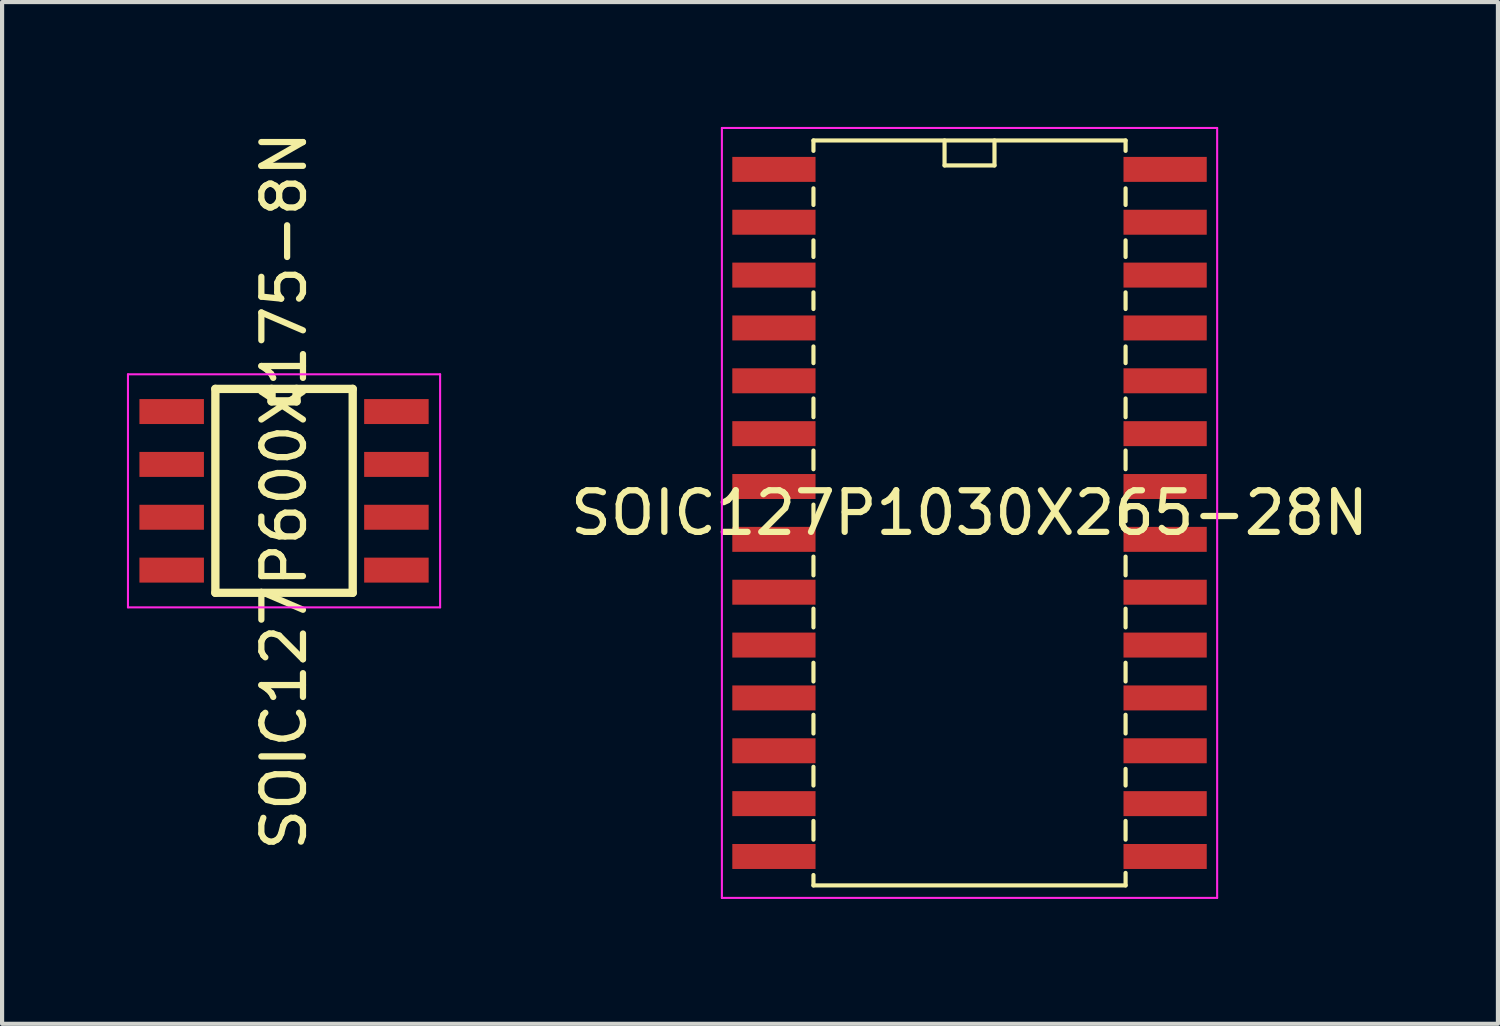
<source format=kicad_pcb>
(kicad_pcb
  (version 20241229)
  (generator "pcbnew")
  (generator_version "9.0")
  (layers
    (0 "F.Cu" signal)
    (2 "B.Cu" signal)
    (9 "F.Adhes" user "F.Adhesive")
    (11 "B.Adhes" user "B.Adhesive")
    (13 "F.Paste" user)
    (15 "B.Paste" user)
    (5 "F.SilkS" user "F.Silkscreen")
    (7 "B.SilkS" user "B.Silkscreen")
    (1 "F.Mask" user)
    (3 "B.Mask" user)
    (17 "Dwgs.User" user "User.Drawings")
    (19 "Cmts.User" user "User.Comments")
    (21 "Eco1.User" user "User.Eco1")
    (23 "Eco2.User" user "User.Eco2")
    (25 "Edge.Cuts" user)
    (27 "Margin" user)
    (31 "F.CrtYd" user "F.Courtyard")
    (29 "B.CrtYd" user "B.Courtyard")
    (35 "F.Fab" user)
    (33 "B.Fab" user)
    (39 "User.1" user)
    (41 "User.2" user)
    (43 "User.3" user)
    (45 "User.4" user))
  (footprint "SOIC127P1030X265-28N"
    (layer "F.Cu")
    (at 20.246 9.275)
    (property "Reference" "SOIC127P1030X265-28N" (at 0 0 0) (layer "F.SilkS") (effects (font (size 1 1) (thickness 0.15))))
    (attr through_hole)
    (fp_line (start -3.75 -8.95) (end 3.75 -8.95) (stroke (width 0.1) (type solid)) (layer "F.SilkS"))
    (fp_line (start -3.75 -8.7) (end -3.75 -8.95) (stroke (width 0.1) (type solid)) (layer "F.SilkS"))
    (fp_line (start -3.75 -7.4) (end -3.75 -7.8) (stroke (width 0.1) (type solid)) (layer "F.SilkS"))
    (fp_line (start -3.75 -6.15) (end -3.75 -6.55) (stroke (width 0.1) (type solid)) (layer "F.SilkS"))
    (fp_line (start -3.75 -4.9) (end -3.75 -5.3) (stroke (width 0.1) (type solid)) (layer "F.SilkS"))
    (fp_line (start -3.75 -3.6) (end -3.75 -4) (stroke (width 0.1) (type solid)) (layer "F.SilkS"))
    (fp_line (start -3.75 -2.3) (end -3.75 -2.75) (stroke (width 0.1) (type solid)) (layer "F.SilkS"))
    (fp_line (start -3.75 -1.05) (end -3.75 -1.5) (stroke (width 0.1) (type solid)) (layer "F.SilkS"))
    (fp_line (start -3.75 0.25) (end -3.75 -0.2) (stroke (width 0.1) (type solid)) (layer "F.SilkS"))
    (fp_line (start -3.75 1.5) (end -3.75 1.05) (stroke (width 0.1) (type solid)) (layer "F.SilkS"))
    (fp_line (start -3.75 2.75) (end -3.75 2.3) (stroke (width 0.1) (type solid)) (layer "F.SilkS"))
    (fp_line (start -3.75 4.05) (end -3.75 3.6) (stroke (width 0.1) (type solid)) (layer "F.SilkS"))
    (fp_line (start -3.75 5.3) (end -3.75 4.85) (stroke (width 0.1) (type solid)) (layer "F.SilkS"))
    (fp_line (start -3.75 6.55) (end -3.75 6.1) (stroke (width 0.1) (type solid)) (layer "F.SilkS"))
    (fp_line (start -3.75 7.85) (end -3.75 7.4) (stroke (width 0.1) (type solid)) (layer "F.SilkS"))
    (fp_line (start -3.75 8.95) (end -3.75 8.7) (stroke (width 0.1) (type solid)) (layer "F.SilkS"))
    (fp_line (start -0.6 -8.95) (end -0.6 -8.35) (stroke (width 0.1) (type solid)) (layer "F.SilkS"))
    (fp_line (start -0.6 -8.35) (end 0.6 -8.35) (stroke (width 0.1) (type solid)) (layer "F.SilkS"))
    (fp_line (start 0.6 -8.35) (end 0.6 -8.95) (stroke (width 0.1) (type solid)) (layer "F.SilkS"))
    (fp_line (start 3.75 -8.95) (end 3.75 -8.7) (stroke (width 0.1) (type solid)) (layer "F.SilkS"))
    (fp_line (start 3.75 -7.8) (end 3.75 -7.4) (stroke (width 0.1) (type solid)) (layer "F.SilkS"))
    (fp_line (start 3.75 -6.55) (end 3.75 -6.15) (stroke (width 0.1) (type solid)) (layer "F.SilkS"))
    (fp_line (start 3.75 -5.3) (end 3.75 -4.9) (stroke (width 0.1) (type solid)) (layer "F.SilkS"))
    (fp_line (start 3.75 -4) (end 3.75 -3.6) (stroke (width 0.1) (type solid)) (layer "F.SilkS"))
    (fp_line (start 3.75 -2.75) (end 3.75 -2.3) (stroke (width 0.1) (type solid)) (layer "F.SilkS"))
    (fp_line (start 3.75 -1.5) (end 3.75 -1.05) (stroke (width 0.1) (type solid)) (layer "F.SilkS"))
    (fp_line (start 3.75 -0.2) (end 3.75 0.2) (stroke (width 0.1) (type solid)) (layer "F.SilkS"))
    (fp_line (start 3.75 1.05) (end 3.75 1.5) (stroke (width 0.1) (type solid)) (layer "F.SilkS"))
    (fp_line (start 3.75 2.3) (end 3.75 2.75) (stroke (width 0.1) (type solid)) (layer "F.SilkS"))
    (fp_line (start 3.75 3.6) (end 3.75 4.05) (stroke (width 0.1) (type solid)) (layer "F.SilkS"))
    (fp_line (start 3.75 4.85) (end 3.75 5.3) (stroke (width 0.1) (type solid)) (layer "F.SilkS"))
    (fp_line (start 3.75 6.15) (end 3.75 6.55) (stroke (width 0.1) (type solid)) (layer "F.SilkS"))
    (fp_line (start 3.75 7.4) (end 3.75 7.85) (stroke (width 0.1) (type solid)) (layer "F.SilkS"))
    (fp_line (start 3.75 8.65) (end 3.75 8.95) (stroke (width 0.1) (type solid)) (layer "F.SilkS"))
    (fp_line (start 3.75 8.95) (end -3.75 8.95) (stroke (width 0.1) (type solid)) (layer "F.SilkS"))
    (fp_line (start -5.95 -9.25) (end -5.95 9.25) (stroke (width 0.05) (type solid)) (layer "F.CrtYd"))
    (fp_line (start -5.95 9.25) (end 5.95 9.25) (stroke (width 0.05) (type solid)) (layer "F.CrtYd"))
    (fp_line (start 5.95 -9.25) (end -5.95 -9.25) (stroke (width 0.05) (type solid)) (layer "F.CrtYd"))
    (fp_line (start 5.95 9.25) (end 5.95 -9.25) (stroke (width 0.05) (type solid)) (layer "F.CrtYd"))
    (pad "1" smd rect (at -4.7 -8.255) (size 2 0.6) (layers "F.Cu" "F.Mask" "F.Paste"))
    (pad "2" smd rect (at -4.7 -6.985) (size 2 0.6) (layers "F.Cu" "F.Mask" "F.Paste"))
    (pad "3" smd rect (at -4.7 -5.715) (size 2 0.6) (layers "F.Cu" "F.Mask" "F.Paste"))
    (pad "4" smd rect (at -4.7 -4.445) (size 2 0.6) (layers "F.Cu" "F.Mask" "F.Paste"))
    (pad "5" smd rect (at -4.7 -3.175) (size 2 0.6) (layers "F.Cu" "F.Mask" "F.Paste"))
    (pad "6" smd rect (at -4.7 -1.905) (size 2 0.6) (layers "F.Cu" "F.Mask" "F.Paste"))
    (pad "7" smd rect (at -4.7 -0.635) (size 2 0.6) (layers "F.Cu" "F.Mask" "F.Paste"))
    (pad "8" smd rect (at -4.7 0.635) (size 2 0.6) (layers "F.Cu" "F.Mask" "F.Paste"))
    (pad "9" smd rect (at -4.7 1.905) (size 2 0.6) (layers "F.Cu" "F.Mask" "F.Paste"))
    (pad "10" smd rect (at -4.7 3.175) (size 2 0.6) (layers "F.Cu" "F.Mask" "F.Paste"))
    (pad "11" smd rect (at -4.7 4.445) (size 2 0.6) (layers "F.Cu" "F.Mask" "F.Paste"))
    (pad "12" smd rect (at -4.7 5.715) (size 2 0.6) (layers "F.Cu" "F.Mask" "F.Paste"))
    (pad "13" smd rect (at -4.7 6.985) (size 2 0.6) (layers "F.Cu" "F.Mask" "F.Paste"))
    (pad "14" smd rect (at -4.7 8.255) (size 2 0.6) (layers "F.Cu" "F.Mask" "F.Paste"))
    (pad "15" smd rect (at 4.7 8.255) (size 2 0.6) (layers "F.Cu" "F.Mask" "F.Paste"))
    (pad "16" smd rect (at 4.7 6.985) (size 2 0.6) (layers "F.Cu" "F.Mask" "F.Paste"))
    (pad "17" smd rect (at 4.7 5.715) (size 2 0.6) (layers "F.Cu" "F.Mask" "F.Paste"))
    (pad "18" smd rect (at 4.7 4.445) (size 2 0.6) (layers "F.Cu" "F.Mask" "F.Paste"))
    (pad "19" smd rect (at 4.7 3.175) (size 2 0.6) (layers "F.Cu" "F.Mask" "F.Paste"))
    (pad "20" smd rect (at 4.7 1.905) (size 2 0.6) (layers "F.Cu" "F.Mask" "F.Paste"))
    (pad "21" smd rect (at 4.7 0.635) (size 2 0.6) (layers "F.Cu" "F.Mask" "F.Paste"))
    (pad "22" smd rect (at 4.7 -0.635) (size 2 0.6) (layers "F.Cu" "F.Mask" "F.Paste"))
    (pad "23" smd rect (at 4.7 -1.905) (size 2 0.6) (layers "F.Cu" "F.Mask" "F.Paste"))
    (pad "24" smd rect (at 4.7 -3.175) (size 2 0.6) (layers "F.Cu" "F.Mask" "F.Paste"))
    (pad "25" smd rect (at 4.7 -4.445) (size 2 0.6) (layers "F.Cu" "F.Mask" "F.Paste"))
    (pad "26" smd rect (at 4.7 -5.715) (size 2 0.6) (layers "F.Cu" "F.Mask" "F.Paste"))
    (pad "27" smd rect (at 4.7 -6.985) (size 2 0.6) (layers "F.Cu" "F.Mask" "F.Paste"))
    (pad "28" smd rect (at 4.7 -8.255) (size 2 0.6) (layers "F.Cu" "F.Mask" "F.Paste")))
  (footprint "SOIC127P600X175-8N"
    (layer "F.Cu")
    (at 3.775 8.744)
    (property "Reference" "SOIC127P600X175-8N" (at 0 0 90) (layer "F.SilkS") (effects (font (size 1 1) (thickness 0.15))))
    (attr through_hole)
    (fp_line (start -1.65 -2.45) (end -1.65 2.45) (stroke (width 0.2) (type solid)) (layer "F.SilkS"))
    (fp_line (start -1.65 2.45) (end 1.65 2.45) (stroke (width 0.2) (type solid)) (layer "F.SilkS"))
    (fp_line (start -0.3 -2.45) (end -0.3 -2.15) (stroke (width 0.2) (type solid)) (layer "F.SilkS"))
    (fp_line (start -0.3 -2.15) (end 0.3 -2.15) (stroke (width 0.2) (type solid)) (layer "F.SilkS"))
    (fp_line (start 0.3 -2.15) (end 0.3 -2.45) (stroke (width 0.2) (type solid)) (layer "F.SilkS"))
    (fp_line (start 1.65 -2.45) (end -1.65 -2.45) (stroke (width 0.2) (type solid)) (layer "F.SilkS"))
    (fp_line (start 1.65 2.45) (end 1.65 -2.45) (stroke (width 0.2) (type solid)) (layer "F.SilkS"))
    (fp_line (start -3.75 -2.8) (end -3.75 2.8) (stroke (width 0.05) (type solid)) (layer "F.CrtYd"))
    (fp_line (start -3.75 2.8) (end 3.75 2.8) (stroke (width 0.05) (type solid)) (layer "F.CrtYd"))
    (fp_line (start 3.75 -2.8) (end -3.75 -2.8) (stroke (width 0.05) (type solid)) (layer "F.CrtYd"))
    (fp_line (start 3.75 2.8) (end 3.75 -2.8) (stroke (width 0.05) (type solid)) (layer "F.CrtYd"))
    (pad "1" smd rect (at -2.7 -1.905) (size 1.55 0.6) (layers "F.Cu" "F.Mask" "F.Paste"))
    (pad "2" smd rect (at -2.7 -0.635) (size 1.55 0.6) (layers "F.Cu" "F.Mask" "F.Paste"))
    (pad "3" smd rect (at -2.7 0.635) (size 1.55 0.6) (layers "F.Cu" "F.Mask" "F.Paste"))
    (pad "4" smd rect (at -2.7 1.905) (size 1.55 0.6) (layers "F.Cu" "F.Mask" "F.Paste"))
    (pad "5" smd rect (at 2.7 1.905) (size 1.55 0.6) (layers "F.Cu" "F.Mask" "F.Paste"))
    (pad "6" smd rect (at 2.7 0.635) (size 1.55 0.6) (layers "F.Cu" "F.Mask" "F.Paste"))
    (pad "7" smd rect (at 2.7 -0.635) (size 1.55 0.6) (layers "F.Cu" "F.Mask" "F.Paste"))
    (pad "8" smd rect (at 2.7 -1.905) (size 1.55 0.6) (layers "F.Cu" "F.Mask" "F.Paste")))
  (gr_rect
    (start -3 -3)
    (end 32.943 21.55)
    (stroke (width 0.1) (type default))
    (fill no)
    (layer "Edge.Cuts")))
</source>
